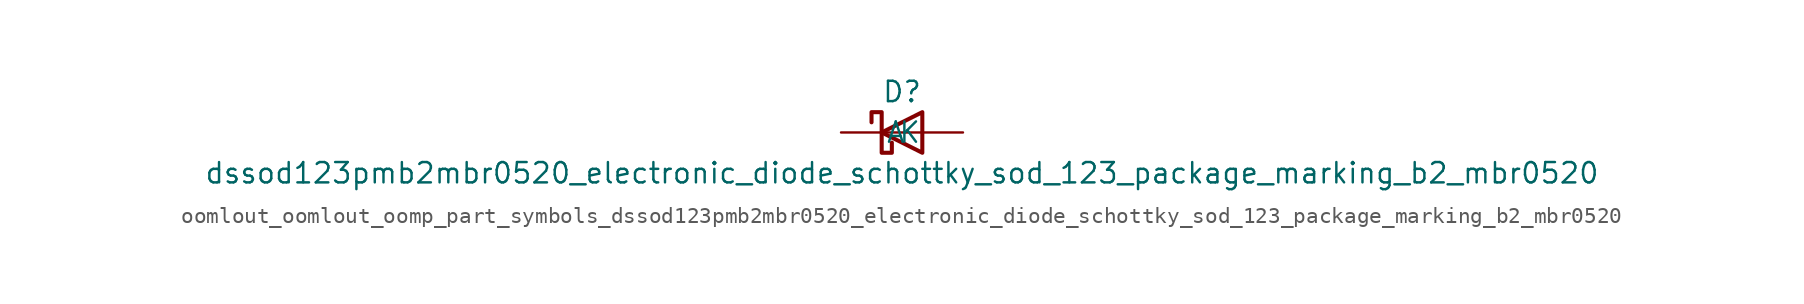
<source format=kicad_sym>
(kicad_symbol_lib
  (version 20220914)
  (generator kicad_symbol_editor)
  (symbol "oomlout_oomlout_oomp_part_symbols_dssod123pmb2mbr0520_electronic_diode_schottky_sod_123_package_marking_b2_mbr0520"
    (pin_numbers hide)
    (pin_names
      (offset 1.016))
    (property "Reference" "D"
      (at 0 2.54 0)
      (effects (font (size 1.27 1.27))))
    (property "Value" "dssod123pmb2mbr0520_electronic_diode_schottky_sod_123_package_marking_b2_mbr0520"
      (at 0 -2.54 0)
      (effects (font (size 1.27 1.27))))
    (symbol "oomlout_oomlout_oomp_part_symbols_dssod123pmb2mbr0520_electronic_diode_schottky_sod_123_package_marking_b2_mbr0520_0_1"
      (polyline (pts (xy 1.27 0) (xy -1.27 0)) (stroke (width 0) (type default)) (fill (type none)))
      (polyline (pts (xy 1.27 1.27) (xy 1.27 -1.27) (xy -1.27 0) (xy 1.27 1.27)) (stroke (width 0.254) (type default)) (fill (type none)))
      (polyline (pts (xy -1.905 0.635) (xy -1.905 1.27) (xy -1.27 1.27) (xy -1.27 -1.27) (xy -0.635 -1.27) (xy -0.635 -0.635)) (stroke (width 0.254) (type default)) (fill (type none))))
    (symbol "oomlout_oomlout_oomp_part_symbols_dssod123pmb2mbr0520_electronic_diode_schottky_sod_123_package_marking_b2_mbr0520_1_1"
      (pin passive line (at -3.81 0 0) (length 2.54) (name "K" (effects (font (size 1.27 1.27)))) (number "1" (effects (font (size 1.27 1.27)))))
      (pin passive line (at 3.81 0 180) (length 2.54) (name "A" (effects (font (size 1.27 1.27)))) (number "2" (effects (font (size 1.27 1.27))))))))
</source>
